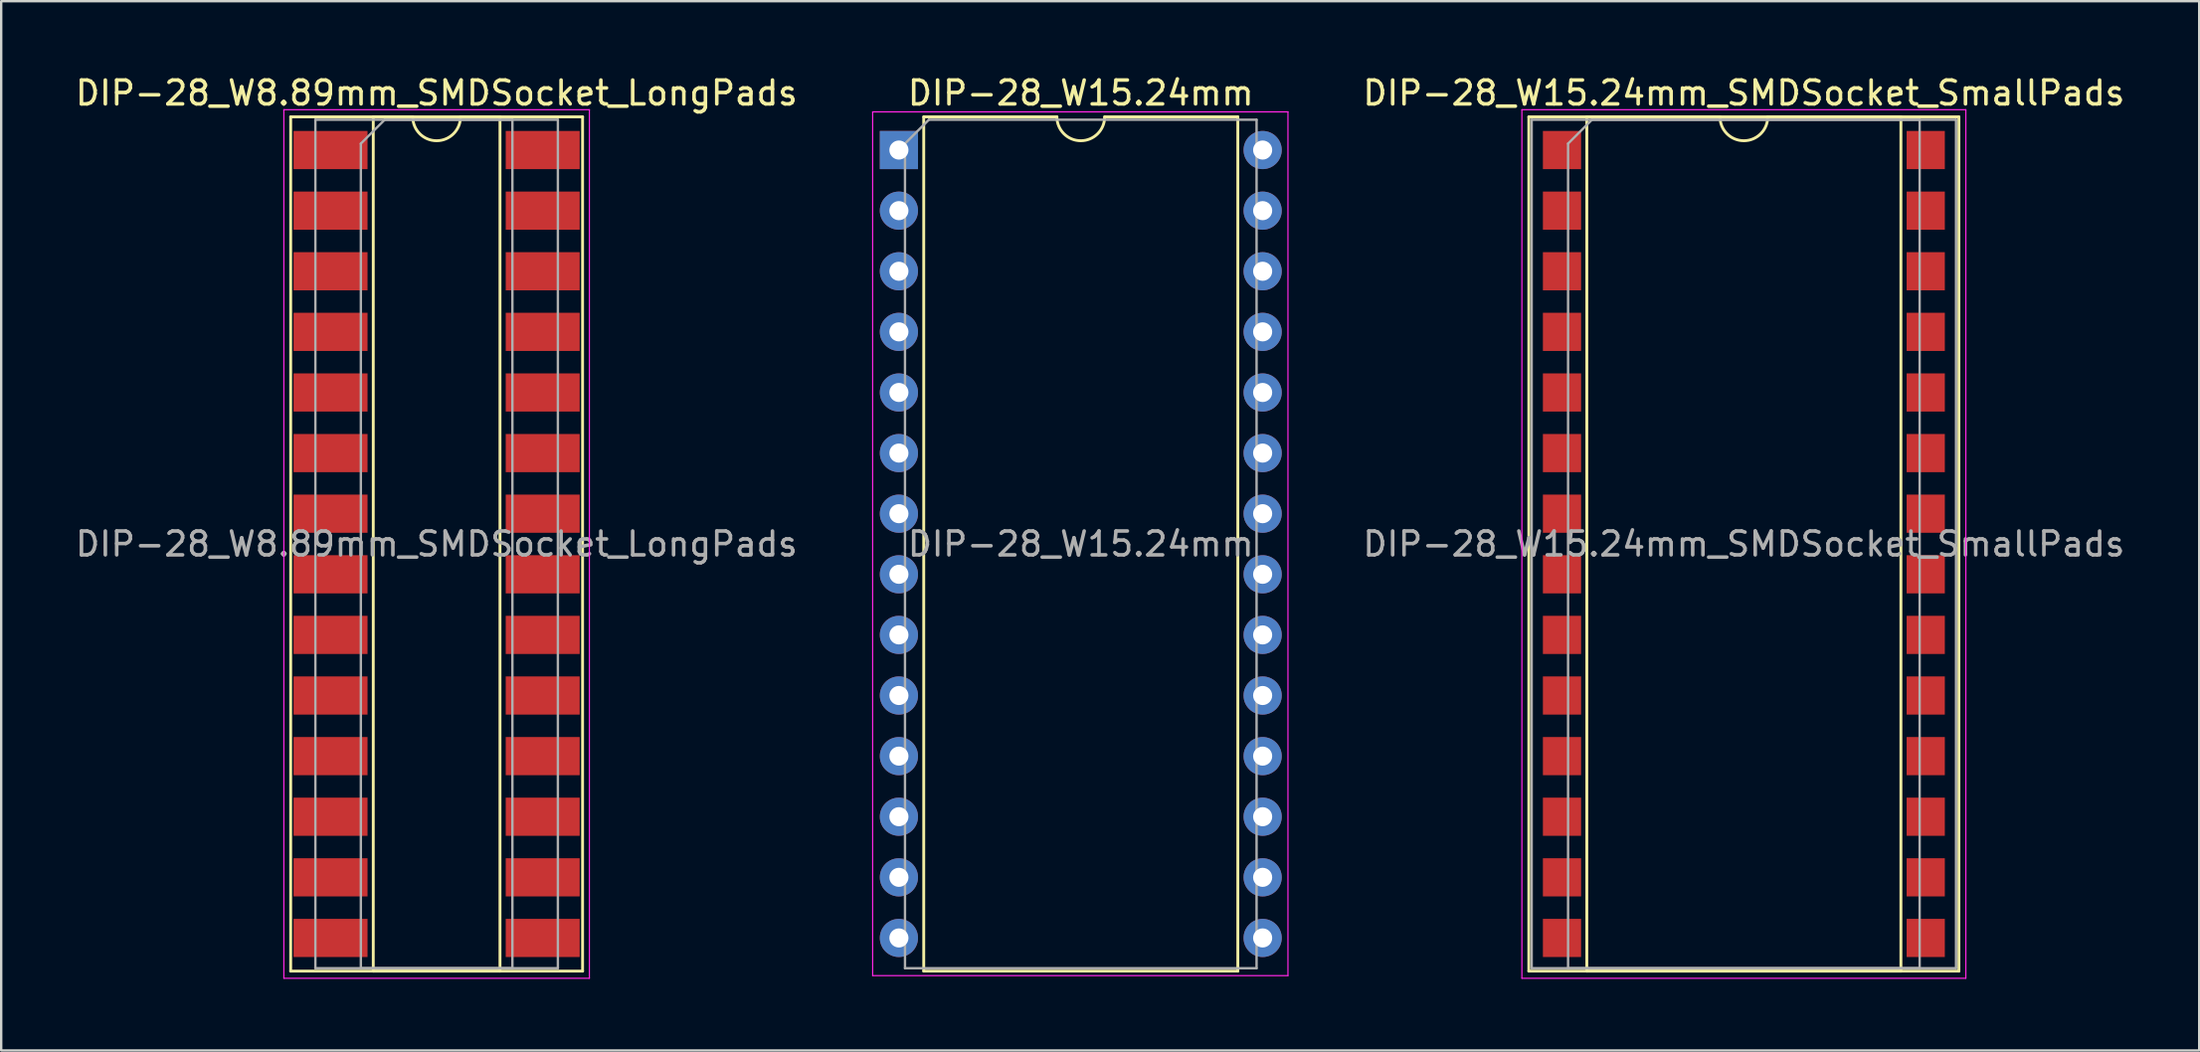
<source format=kicad_pcb>
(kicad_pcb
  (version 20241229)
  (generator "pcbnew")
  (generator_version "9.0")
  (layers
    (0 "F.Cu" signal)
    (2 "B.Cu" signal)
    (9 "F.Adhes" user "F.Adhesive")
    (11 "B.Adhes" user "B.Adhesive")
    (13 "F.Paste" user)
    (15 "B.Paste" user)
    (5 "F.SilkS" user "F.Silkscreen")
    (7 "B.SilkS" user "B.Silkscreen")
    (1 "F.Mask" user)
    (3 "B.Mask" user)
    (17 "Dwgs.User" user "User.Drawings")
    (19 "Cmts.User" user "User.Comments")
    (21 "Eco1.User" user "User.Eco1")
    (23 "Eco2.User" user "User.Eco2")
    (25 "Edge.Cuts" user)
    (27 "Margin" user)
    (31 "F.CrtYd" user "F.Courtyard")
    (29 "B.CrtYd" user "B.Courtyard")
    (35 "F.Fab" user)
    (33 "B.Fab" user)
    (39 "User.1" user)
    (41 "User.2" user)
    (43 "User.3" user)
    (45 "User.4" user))
  (footprint "DIP-28_W8.89mm_SMDSocket_LongPads"
    (layer "F.Cu")
    (at 15.244 19.748)
    (property "Reference" "DIP-28_W8.89mm_SMDSocket_LongPads" (at 0 -18.9 0) (layer "F.SilkS") (effects (font (size 1 1) (thickness 0.15))))
    (attr smd)
    (fp_line (start -6.115 -17.9) (end -6.115 17.9) (stroke (width 0.12) (type solid)) (layer "F.SilkS"))
    (fp_line (start -6.115 17.9) (end 6.115 17.9) (stroke (width 0.12) (type solid)) (layer "F.SilkS"))
    (fp_line (start -2.655 -17.9) (end -2.655 17.9) (stroke (width 0.12) (type solid)) (layer "F.SilkS"))
    (fp_line (start -2.655 17.9) (end 2.655 17.9) (stroke (width 0.12) (type solid)) (layer "F.SilkS"))
    (fp_line (start -1 -17.9) (end -2.655 -17.9) (stroke (width 0.12) (type solid)) (layer "F.SilkS"))
    (fp_line (start 2.655 -17.9) (end 1 -17.9) (stroke (width 0.12) (type solid)) (layer "F.SilkS"))
    (fp_line (start 2.655 17.9) (end 2.655 -17.9) (stroke (width 0.12) (type solid)) (layer "F.SilkS"))
    (fp_line (start 6.115 -17.9) (end -6.115 -17.9) (stroke (width 0.12) (type solid)) (layer "F.SilkS"))
    (fp_line (start 6.115 17.9) (end 6.115 -17.9) (stroke (width 0.12) (type solid)) (layer "F.SilkS"))
    (fp_arc (start 1 -17.9) (mid 0 -16.9) (end -1 -17.9) (stroke (width 0.12) (type solid)) (layer "F.SilkS"))
    (fp_line (start -6.4 -18.2) (end -6.4 18.2) (stroke (width 0.05) (type solid)) (layer "F.CrtYd"))
    (fp_line (start -6.4 18.2) (end 6.4 18.2) (stroke (width 0.05) (type solid)) (layer "F.CrtYd"))
    (fp_line (start 6.4 -18.2) (end -6.4 -18.2) (stroke (width 0.05) (type solid)) (layer "F.CrtYd"))
    (fp_line (start 6.4 18.2) (end 6.4 -18.2) (stroke (width 0.05) (type solid)) (layer "F.CrtYd"))
    (fp_line (start -5.08 -17.78) (end -5.08 17.78) (stroke (width 0.1) (type solid)) (layer "F.Fab"))
    (fp_line (start -5.08 17.78) (end 5.08 17.78) (stroke (width 0.1) (type solid)) (layer "F.Fab"))
    (fp_line (start -3.175 -16.78) (end -2.175 -17.78) (stroke (width 0.1) (type solid)) (layer "F.Fab"))
    (fp_line (start -3.175 17.78) (end -3.175 -16.78) (stroke (width 0.1) (type solid)) (layer "F.Fab"))
    (fp_line (start -2.175 -17.78) (end 3.175 -17.78) (stroke (width 0.1) (type solid)) (layer "F.Fab"))
    (fp_line (start 3.175 -17.78) (end 3.175 17.78) (stroke (width 0.1) (type solid)) (layer "F.Fab"))
    (fp_line (start 3.175 17.78) (end -3.175 17.78) (stroke (width 0.1) (type solid)) (layer "F.Fab"))
    (fp_line (start 5.08 -17.78) (end -5.08 -17.78) (stroke (width 0.1) (type solid)) (layer "F.Fab"))
    (fp_line (start 5.08 17.78) (end 5.08 -17.78) (stroke (width 0.1) (type solid)) (layer "F.Fab"))
    (fp_text user "${REFERENCE}" (at 0 0 0) (layer "F.Fab") (effects (font (size 1 1) (thickness 0.15))))
    (pad "1" smd rect (at -4.445 -16.51) (size 3.1 1.6) (layers "F.Cu" "F.Mask" "F.Paste"))
    (pad "2" smd rect (at -4.445 -13.97) (size 3.1 1.6) (layers "F.Cu" "F.Mask" "F.Paste"))
    (pad "3" smd rect (at -4.445 -11.43) (size 3.1 1.6) (layers "F.Cu" "F.Mask" "F.Paste"))
    (pad "4" smd rect (at -4.445 -8.89) (size 3.1 1.6) (layers "F.Cu" "F.Mask" "F.Paste"))
    (pad "5" smd rect (at -4.445 -6.35) (size 3.1 1.6) (layers "F.Cu" "F.Mask" "F.Paste"))
    (pad "6" smd rect (at -4.445 -3.81) (size 3.1 1.6) (layers "F.Cu" "F.Mask" "F.Paste"))
    (pad "7" smd rect (at -4.445 -1.27) (size 3.1 1.6) (layers "F.Cu" "F.Mask" "F.Paste"))
    (pad "8" smd rect (at -4.445 1.27) (size 3.1 1.6) (layers "F.Cu" "F.Mask" "F.Paste"))
    (pad "9" smd rect (at -4.445 3.81) (size 3.1 1.6) (layers "F.Cu" "F.Mask" "F.Paste"))
    (pad "10" smd rect (at -4.445 6.35) (size 3.1 1.6) (layers "F.Cu" "F.Mask" "F.Paste"))
    (pad "11" smd rect (at -4.445 8.89) (size 3.1 1.6) (layers "F.Cu" "F.Mask" "F.Paste"))
    (pad "12" smd rect (at -4.445 11.43) (size 3.1 1.6) (layers "F.Cu" "F.Mask" "F.Paste"))
    (pad "13" smd rect (at -4.445 13.97) (size 3.1 1.6) (layers "F.Cu" "F.Mask" "F.Paste"))
    (pad "14" smd rect (at -4.445 16.51) (size 3.1 1.6) (layers "F.Cu" "F.Mask" "F.Paste"))
    (pad "15" smd rect (at 4.445 16.51) (size 3.1 1.6) (layers "F.Cu" "F.Mask" "F.Paste"))
    (pad "16" smd rect (at 4.445 13.97) (size 3.1 1.6) (layers "F.Cu" "F.Mask" "F.Paste"))
    (pad "17" smd rect (at 4.445 11.43) (size 3.1 1.6) (layers "F.Cu" "F.Mask" "F.Paste"))
    (pad "18" smd rect (at 4.445 8.89) (size 3.1 1.6) (layers "F.Cu" "F.Mask" "F.Paste"))
    (pad "19" smd rect (at 4.445 6.35) (size 3.1 1.6) (layers "F.Cu" "F.Mask" "F.Paste"))
    (pad "20" smd rect (at 4.445 3.81) (size 3.1 1.6) (layers "F.Cu" "F.Mask" "F.Paste"))
    (pad "21" smd rect (at 4.445 1.27) (size 3.1 1.6) (layers "F.Cu" "F.Mask" "F.Paste"))
    (pad "22" smd rect (at 4.445 -1.27) (size 3.1 1.6) (layers "F.Cu" "F.Mask" "F.Paste"))
    (pad "23" smd rect (at 4.445 -3.81) (size 3.1 1.6) (layers "F.Cu" "F.Mask" "F.Paste"))
    (pad "24" smd rect (at 4.445 -6.35) (size 3.1 1.6) (layers "F.Cu" "F.Mask" "F.Paste"))
    (pad "25" smd rect (at 4.445 -8.89) (size 3.1 1.6) (layers "F.Cu" "F.Mask" "F.Paste"))
    (pad "26" smd rect (at 4.445 -11.43) (size 3.1 1.6) (layers "F.Cu" "F.Mask" "F.Paste"))
    (pad "27" smd rect (at 4.445 -13.97) (size 3.1 1.6) (layers "F.Cu" "F.Mask" "F.Paste"))
    (pad "28" smd rect (at 4.445 -16.51) (size 3.1 1.6) (layers "F.Cu" "F.Mask" "F.Paste")))
  (footprint "DIP-28_W15.24mm"
    (layer "F.Cu")
    (at 34.613 3.238)
    (property "Reference" "DIP-28_W15.24mm" (at 7.62 -2.39 0) (layer "F.SilkS") (effects (font (size 1 1) (thickness 0.15))))
    (attr through_hole)
    (fp_line (start 1.04 -1.39) (end 1.04 34.41) (stroke (width 0.12) (type solid)) (layer "F.SilkS"))
    (fp_line (start 1.04 34.41) (end 14.2 34.41) (stroke (width 0.12) (type solid)) (layer "F.SilkS"))
    (fp_line (start 6.62 -1.39) (end 1.04 -1.39) (stroke (width 0.12) (type solid)) (layer "F.SilkS"))
    (fp_line (start 14.2 -1.39) (end 8.62 -1.39) (stroke (width 0.12) (type solid)) (layer "F.SilkS"))
    (fp_line (start 14.2 34.41) (end 14.2 -1.39) (stroke (width 0.12) (type solid)) (layer "F.SilkS"))
    (fp_arc (start 8.62 -1.39) (mid 7.62 -0.39) (end 6.62 -1.39) (stroke (width 0.12) (type solid)) (layer "F.SilkS"))
    (fp_line (start -1.1 -1.6) (end -1.1 34.6) (stroke (width 0.05) (type solid)) (layer "F.CrtYd"))
    (fp_line (start -1.1 34.6) (end 16.3 34.6) (stroke (width 0.05) (type solid)) (layer "F.CrtYd"))
    (fp_line (start 16.3 -1.6) (end -1.1 -1.6) (stroke (width 0.05) (type solid)) (layer "F.CrtYd"))
    (fp_line (start 16.3 34.6) (end 16.3 -1.6) (stroke (width 0.05) (type solid)) (layer "F.CrtYd"))
    (fp_line (start 0.255 -0.27) (end 1.255 -1.27) (stroke (width 0.1) (type solid)) (layer "F.Fab"))
    (fp_line (start 0.255 34.29) (end 0.255 -0.27) (stroke (width 0.1) (type solid)) (layer "F.Fab"))
    (fp_line (start 1.255 -1.27) (end 14.985 -1.27) (stroke (width 0.1) (type solid)) (layer "F.Fab"))
    (fp_line (start 14.985 -1.27) (end 14.985 34.29) (stroke (width 0.1) (type solid)) (layer "F.Fab"))
    (fp_line (start 14.985 34.29) (end 0.255 34.29) (stroke (width 0.1) (type solid)) (layer "F.Fab"))
    (fp_text user "${REFERENCE}" (at 7.62 16.51 0) (layer "F.Fab") (effects (font (size 1 1) (thickness 0.15))))
    (pad "1" thru_hole rect (at 0 0) (size 1.6 1.6) (drill 0.8) (layers "*.Cu" "*.Mask"))
    (pad "2" thru_hole oval (at 0 2.54) (size 1.6 1.6) (drill 0.8) (layers "*.Cu" "*.Mask"))
    (pad "3" thru_hole oval (at 0 5.08) (size 1.6 1.6) (drill 0.8) (layers "*.Cu" "*.Mask"))
    (pad "4" thru_hole oval (at 0 7.62) (size 1.6 1.6) (drill 0.8) (layers "*.Cu" "*.Mask"))
    (pad "5" thru_hole oval (at 0 10.16) (size 1.6 1.6) (drill 0.8) (layers "*.Cu" "*.Mask"))
    (pad "6" thru_hole oval (at 0 12.7) (size 1.6 1.6) (drill 0.8) (layers "*.Cu" "*.Mask"))
    (pad "7" thru_hole oval (at 0 15.24) (size 1.6 1.6) (drill 0.8) (layers "*.Cu" "*.Mask"))
    (pad "8" thru_hole oval (at 0 17.78) (size 1.6 1.6) (drill 0.8) (layers "*.Cu" "*.Mask"))
    (pad "9" thru_hole oval (at 0 20.32) (size 1.6 1.6) (drill 0.8) (layers "*.Cu" "*.Mask"))
    (pad "10" thru_hole oval (at 0 22.86) (size 1.6 1.6) (drill 0.8) (layers "*.Cu" "*.Mask"))
    (pad "11" thru_hole oval (at 0 25.4) (size 1.6 1.6) (drill 0.8) (layers "*.Cu" "*.Mask"))
    (pad "12" thru_hole oval (at 0 27.94) (size 1.6 1.6) (drill 0.8) (layers "*.Cu" "*.Mask"))
    (pad "13" thru_hole oval (at 0 30.48) (size 1.6 1.6) (drill 0.8) (layers "*.Cu" "*.Mask"))
    (pad "14" thru_hole oval (at 0 33.02) (size 1.6 1.6) (drill 0.8) (layers "*.Cu" "*.Mask"))
    (pad "15" thru_hole oval (at 15.24 33.02) (size 1.6 1.6) (drill 0.8) (layers "*.Cu" "*.Mask"))
    (pad "16" thru_hole oval (at 15.24 30.48) (size 1.6 1.6) (drill 0.8) (layers "*.Cu" "*.Mask"))
    (pad "17" thru_hole oval (at 15.24 27.94) (size 1.6 1.6) (drill 0.8) (layers "*.Cu" "*.Mask"))
    (pad "18" thru_hole oval (at 15.24 25.4) (size 1.6 1.6) (drill 0.8) (layers "*.Cu" "*.Mask"))
    (pad "19" thru_hole oval (at 15.24 22.86) (size 1.6 1.6) (drill 0.8) (layers "*.Cu" "*.Mask"))
    (pad "20" thru_hole oval (at 15.24 20.32) (size 1.6 1.6) (drill 0.8) (layers "*.Cu" "*.Mask"))
    (pad "21" thru_hole oval (at 15.24 17.78) (size 1.6 1.6) (drill 0.8) (layers "*.Cu" "*.Mask"))
    (pad "22" thru_hole oval (at 15.24 15.24) (size 1.6 1.6) (drill 0.8) (layers "*.Cu" "*.Mask"))
    (pad "23" thru_hole oval (at 15.24 12.7) (size 1.6 1.6) (drill 0.8) (layers "*.Cu" "*.Mask"))
    (pad "24" thru_hole oval (at 15.24 10.16) (size 1.6 1.6) (drill 0.8) (layers "*.Cu" "*.Mask"))
    (pad "25" thru_hole oval (at 15.24 7.62) (size 1.6 1.6) (drill 0.8) (layers "*.Cu" "*.Mask"))
    (pad "26" thru_hole oval (at 15.24 5.08) (size 1.6 1.6) (drill 0.8) (layers "*.Cu" "*.Mask"))
    (pad "27" thru_hole oval (at 15.24 2.54) (size 1.6 1.6) (drill 0.8) (layers "*.Cu" "*.Mask"))
    (pad "28" thru_hole oval (at 15.24 0) (size 1.6 1.6) (drill 0.8) (layers "*.Cu" "*.Mask")))
  (footprint "DIP-28_W15.24mm_SMDSocket_SmallPads"
    (layer "F.Cu")
    (at 70.015 19.748)
    (property "Reference" "DIP-28_W15.24mm_SMDSocket_SmallPads" (at 0 -18.9 0) (layer "F.SilkS") (effects (font (size 1 1) (thickness 0.15))))
    (attr smd)
    (fp_line (start -9.01 -17.9) (end -9.01 17.9) (stroke (width 0.12) (type solid)) (layer "F.SilkS"))
    (fp_line (start -9.01 17.9) (end 9.01 17.9) (stroke (width 0.12) (type solid)) (layer "F.SilkS"))
    (fp_line (start -6.58 -17.9) (end -6.58 17.9) (stroke (width 0.12) (type solid)) (layer "F.SilkS"))
    (fp_line (start -6.58 17.9) (end 6.58 17.9) (stroke (width 0.12) (type solid)) (layer "F.SilkS"))
    (fp_line (start -1 -17.9) (end -6.58 -17.9) (stroke (width 0.12) (type solid)) (layer "F.SilkS"))
    (fp_line (start 6.58 -17.9) (end 1 -17.9) (stroke (width 0.12) (type solid)) (layer "F.SilkS"))
    (fp_line (start 6.58 17.9) (end 6.58 -17.9) (stroke (width 0.12) (type solid)) (layer "F.SilkS"))
    (fp_line (start 9.01 -17.9) (end -9.01 -17.9) (stroke (width 0.12) (type solid)) (layer "F.SilkS"))
    (fp_line (start 9.01 17.9) (end 9.01 -17.9) (stroke (width 0.12) (type solid)) (layer "F.SilkS"))
    (fp_arc (start 1 -17.9) (mid 0 -16.9) (end -1 -17.9) (stroke (width 0.12) (type solid)) (layer "F.SilkS"))
    (fp_line (start -9.3 -18.2) (end -9.3 18.2) (stroke (width 0.05) (type solid)) (layer "F.CrtYd"))
    (fp_line (start -9.3 18.2) (end 9.3 18.2) (stroke (width 0.05) (type solid)) (layer "F.CrtYd"))
    (fp_line (start 9.3 -18.2) (end -9.3 -18.2) (stroke (width 0.05) (type solid)) (layer "F.CrtYd"))
    (fp_line (start 9.3 18.2) (end 9.3 -18.2) (stroke (width 0.05) (type solid)) (layer "F.CrtYd"))
    (fp_line (start -8.89 -17.78) (end -8.89 17.78) (stroke (width 0.1) (type solid)) (layer "F.Fab"))
    (fp_line (start -8.89 17.78) (end 8.89 17.78) (stroke (width 0.1) (type solid)) (layer "F.Fab"))
    (fp_line (start -7.365 -16.78) (end -6.365 -17.78) (stroke (width 0.1) (type solid)) (layer "F.Fab"))
    (fp_line (start -7.365 17.78) (end -7.365 -16.78) (stroke (width 0.1) (type solid)) (layer "F.Fab"))
    (fp_line (start -6.365 -17.78) (end 7.365 -17.78) (stroke (width 0.1) (type solid)) (layer "F.Fab"))
    (fp_line (start 7.365 -17.78) (end 7.365 17.78) (stroke (width 0.1) (type solid)) (layer "F.Fab"))
    (fp_line (start 7.365 17.78) (end -7.365 17.78) (stroke (width 0.1) (type solid)) (layer "F.Fab"))
    (fp_line (start 8.89 -17.78) (end -8.89 -17.78) (stroke (width 0.1) (type solid)) (layer "F.Fab"))
    (fp_line (start 8.89 17.78) (end 8.89 -17.78) (stroke (width 0.1) (type solid)) (layer "F.Fab"))
    (fp_text user "${REFERENCE}" (at 0 0 0) (layer "F.Fab") (effects (font (size 1 1) (thickness 0.15))))
    (pad "1" smd rect (at -7.62 -16.51) (size 1.6 1.6) (layers "F.Cu" "F.Mask" "F.Paste"))
    (pad "2" smd rect (at -7.62 -13.97) (size 1.6 1.6) (layers "F.Cu" "F.Mask" "F.Paste"))
    (pad "3" smd rect (at -7.62 -11.43) (size 1.6 1.6) (layers "F.Cu" "F.Mask" "F.Paste"))
    (pad "4" smd rect (at -7.62 -8.89) (size 1.6 1.6) (layers "F.Cu" "F.Mask" "F.Paste"))
    (pad "5" smd rect (at -7.62 -6.35) (size 1.6 1.6) (layers "F.Cu" "F.Mask" "F.Paste"))
    (pad "6" smd rect (at -7.62 -3.81) (size 1.6 1.6) (layers "F.Cu" "F.Mask" "F.Paste"))
    (pad "7" smd rect (at -7.62 -1.27) (size 1.6 1.6) (layers "F.Cu" "F.Mask" "F.Paste"))
    (pad "8" smd rect (at -7.62 1.27) (size 1.6 1.6) (layers "F.Cu" "F.Mask" "F.Paste"))
    (pad "9" smd rect (at -7.62 3.81) (size 1.6 1.6) (layers "F.Cu" "F.Mask" "F.Paste"))
    (pad "10" smd rect (at -7.62 6.35) (size 1.6 1.6) (layers "F.Cu" "F.Mask" "F.Paste"))
    (pad "11" smd rect (at -7.62 8.89) (size 1.6 1.6) (layers "F.Cu" "F.Mask" "F.Paste"))
    (pad "12" smd rect (at -7.62 11.43) (size 1.6 1.6) (layers "F.Cu" "F.Mask" "F.Paste"))
    (pad "13" smd rect (at -7.62 13.97) (size 1.6 1.6) (layers "F.Cu" "F.Mask" "F.Paste"))
    (pad "14" smd rect (at -7.62 16.51) (size 1.6 1.6) (layers "F.Cu" "F.Mask" "F.Paste"))
    (pad "15" smd rect (at 7.62 16.51) (size 1.6 1.6) (layers "F.Cu" "F.Mask" "F.Paste"))
    (pad "16" smd rect (at 7.62 13.97) (size 1.6 1.6) (layers "F.Cu" "F.Mask" "F.Paste"))
    (pad "17" smd rect (at 7.62 11.43) (size 1.6 1.6) (layers "F.Cu" "F.Mask" "F.Paste"))
    (pad "18" smd rect (at 7.62 8.89) (size 1.6 1.6) (layers "F.Cu" "F.Mask" "F.Paste"))
    (pad "19" smd rect (at 7.62 6.35) (size 1.6 1.6) (layers "F.Cu" "F.Mask" "F.Paste"))
    (pad "20" smd rect (at 7.62 3.81) (size 1.6 1.6) (layers "F.Cu" "F.Mask" "F.Paste"))
    (pad "21" smd rect (at 7.62 1.27) (size 1.6 1.6) (layers "F.Cu" "F.Mask" "F.Paste"))
    (pad "22" smd rect (at 7.62 -1.27) (size 1.6 1.6) (layers "F.Cu" "F.Mask" "F.Paste"))
    (pad "23" smd rect (at 7.62 -3.81) (size 1.6 1.6) (layers "F.Cu" "F.Mask" "F.Paste"))
    (pad "24" smd rect (at 7.62 -6.35) (size 1.6 1.6) (layers "F.Cu" "F.Mask" "F.Paste"))
    (pad "25" smd rect (at 7.62 -8.89) (size 1.6 1.6) (layers "F.Cu" "F.Mask" "F.Paste"))
    (pad "26" smd rect (at 7.62 -11.43) (size 1.6 1.6) (layers "F.Cu" "F.Mask" "F.Paste"))
    (pad "27" smd rect (at 7.62 -13.97) (size 1.6 1.6) (layers "F.Cu" "F.Mask" "F.Paste"))
    (pad "28" smd rect (at 7.62 -16.51) (size 1.6 1.6) (layers "F.Cu" "F.Mask" "F.Paste")))
  (gr_rect
    (start -3 -3)
    (end 89.093 40.973)
    (stroke (width 0.1) (type default))
    (fill no)
    (layer "Edge.Cuts")))
</source>
